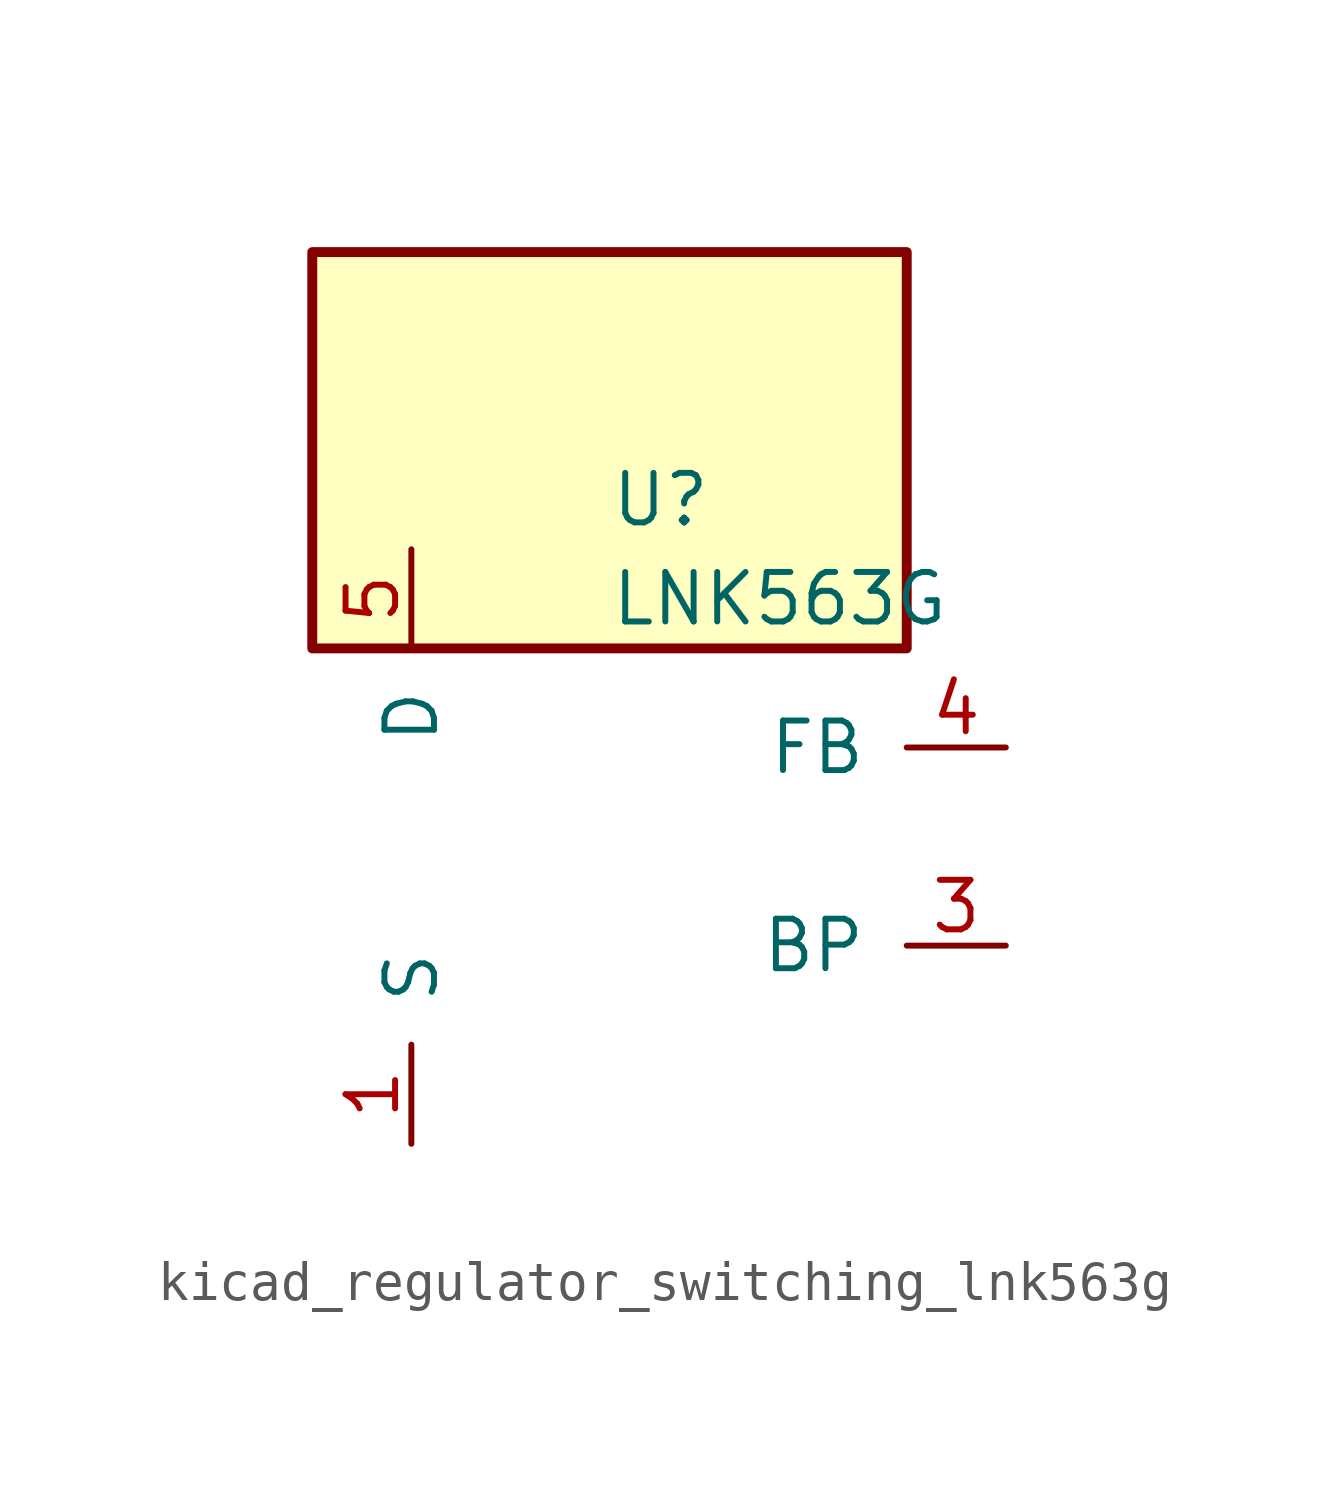
<source format=kicad_sym>
(kicad_symbol_lib
  (version 20220914)
  (generator kicad_symbol_editor)
  (symbol "kicad_regulator_switching_lnk563g"
    (pin_names
      (offset 1.016))
    (property "Reference" "U"
      (at 0 8.89 0)
      (effects (font (size 1.27 1.27)) (justify left)))
    (property "Value" "LNK563G"
      (at 0 6.35 0)
      (effects (font (size 1.27 1.27)) (justify left)))
    (symbol "kicad_regulator_switching_lnk563g_0_1"
      (rectangle (start 7.62 15.24) (end -7.62 5.08) (stroke (width 0.254) (type default)) (fill (type background))))
    (symbol "kicad_regulator_switching_lnk563g_1_1"
      (pin power_in line (at -5.08 -7.62 90) (length 2.54) (name "S" (effects (font (size 1.27 1.27)))) (number "1" (effects (font (size 1.27 1.27)))))
      (pin passive line (at -5.08 -7.62 90) (length 2.54) hide (name "S" (effects (font (size 1.27 1.27)))) (number "2" (effects (font (size 1.27 1.27)))))
      (pin input line (at 10.16 -2.54 180) (length 2.54) (name "BP" (effects (font (size 1.27 1.27)))) (number "3" (effects (font (size 1.27 1.27)))))
      (pin input line (at 10.16 2.54 180) (length 2.54) (name "FB" (effects (font (size 1.27 1.27)))) (number "4" (effects (font (size 1.27 1.27)))))
      (pin open_collector line (at -5.08 7.62 270) (length 2.54) (name "D" (effects (font (size 1.27 1.27)))) (number "5" (effects (font (size 1.27 1.27)))))
      (pin passive line (at -5.08 -7.62 90) (length 2.54) hide (name "S" (effects (font (size 1.27 1.27)))) (number "7" (effects (font (size 1.27 1.27)))))
      (pin passive line (at -5.08 -7.62 90) (length 2.54) hide (name "S" (effects (font (size 1.27 1.27)))) (number "8" (effects (font (size 1.27 1.27))))))))
</source>
